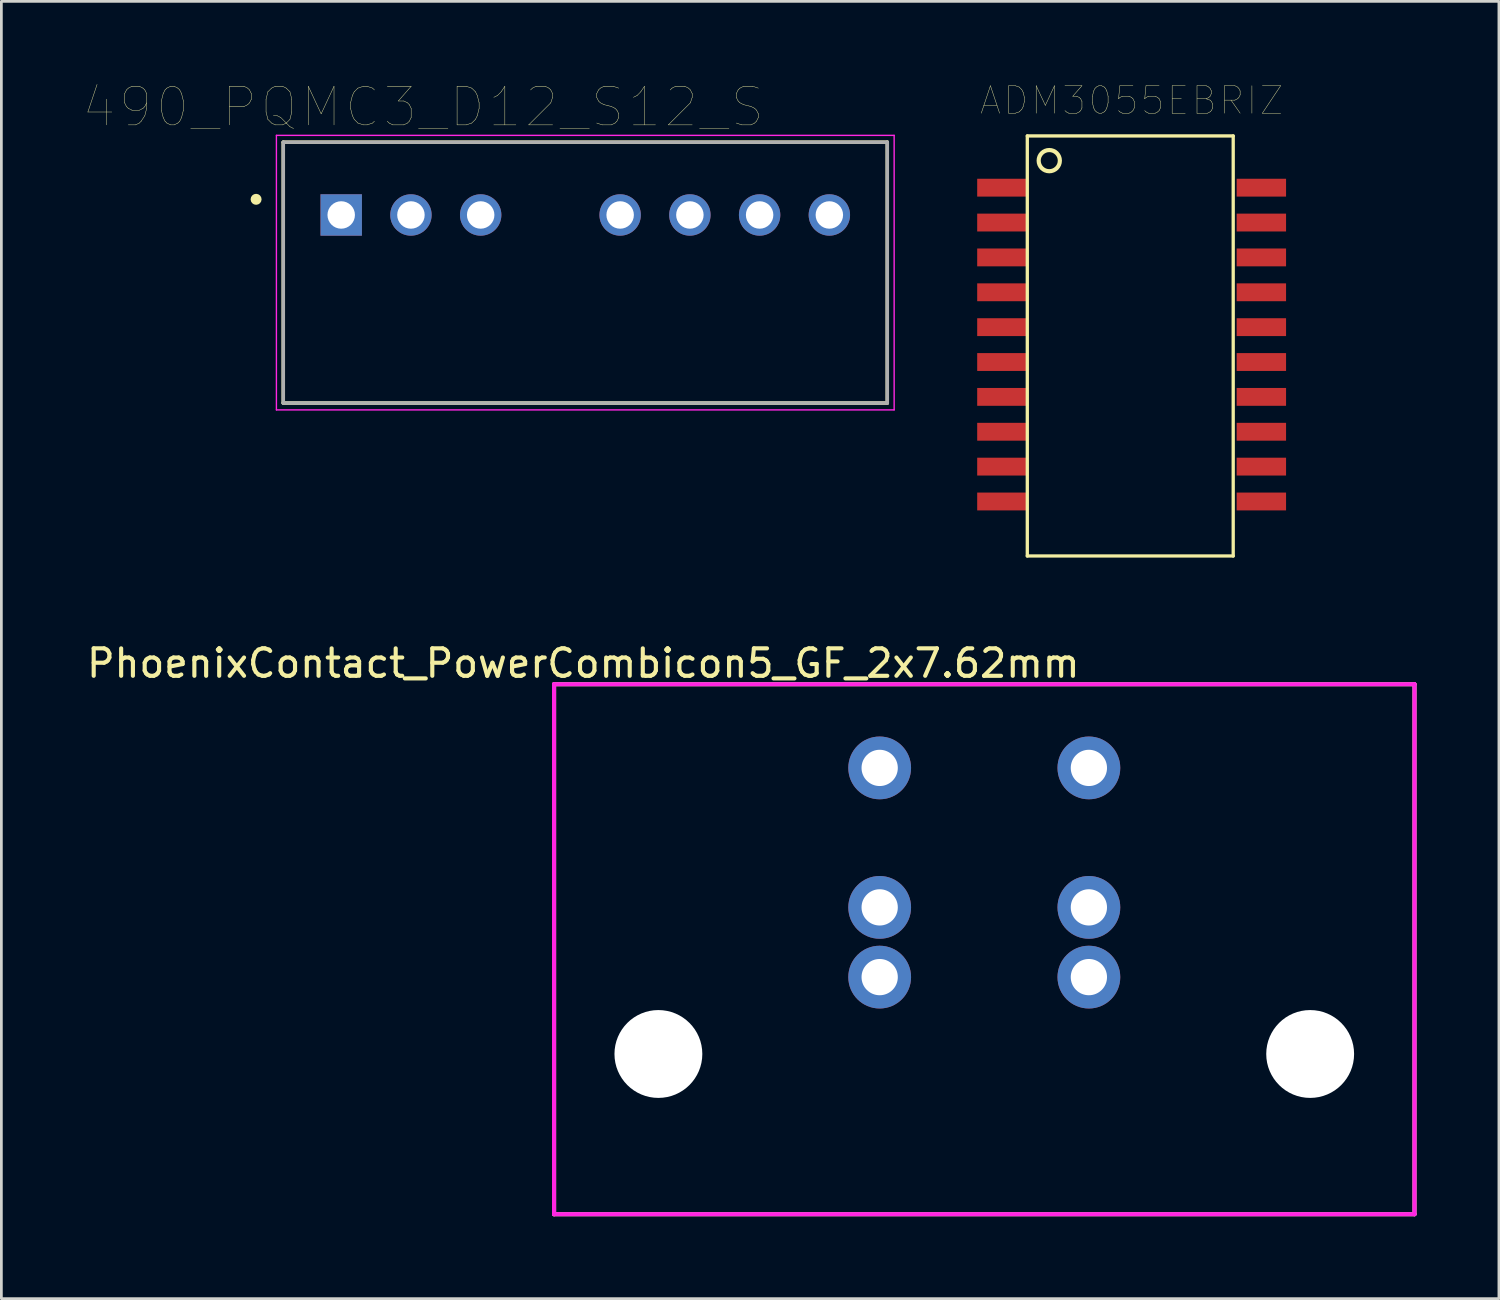
<source format=kicad_pcb>
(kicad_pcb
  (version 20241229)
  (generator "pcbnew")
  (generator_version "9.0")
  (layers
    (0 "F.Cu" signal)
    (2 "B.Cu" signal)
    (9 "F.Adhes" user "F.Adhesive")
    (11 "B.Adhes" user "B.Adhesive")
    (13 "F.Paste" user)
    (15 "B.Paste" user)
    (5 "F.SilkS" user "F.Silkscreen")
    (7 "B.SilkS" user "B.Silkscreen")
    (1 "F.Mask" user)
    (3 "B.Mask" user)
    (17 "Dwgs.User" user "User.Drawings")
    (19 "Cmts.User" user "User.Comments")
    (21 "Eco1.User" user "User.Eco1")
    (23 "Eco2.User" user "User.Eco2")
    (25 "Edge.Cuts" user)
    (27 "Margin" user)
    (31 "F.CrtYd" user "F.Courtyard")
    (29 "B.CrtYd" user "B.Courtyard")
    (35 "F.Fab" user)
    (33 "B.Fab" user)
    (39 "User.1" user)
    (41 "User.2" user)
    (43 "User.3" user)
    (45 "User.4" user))
  (footprint "ADM3055EBRIZ"
    (layer "F.Cu")
    (at 38.168 9.501)
    (property "Reference" "ADM3055EBRIZ" (at 0 -8.89 0) (layer "F.SilkS") (effects (font (size 1 1) (thickness 0.015))))
    (attr through_hole)
    (fp_line (start -3.8 -7.6) (end 3.7 -7.6) (stroke (width 0.12) (type solid)) (layer "F.SilkS"))
    (fp_line (start -3.8 7.7) (end -3.8 -7.6) (stroke (width 0.12) (type solid)) (layer "F.SilkS"))
    (fp_line (start -3.8 7.7) (end 3.7 7.7) (stroke (width 0.12) (type solid)) (layer "F.SilkS"))
    (fp_line (start 3.7 -7.6) (end 3.7 7.7) (stroke (width 0.12) (type solid)) (layer "F.SilkS"))
    (fp_circle (center -3 -6.7) (end -2.614 -6.7) (stroke (width 0.152) (type solid)) (fill no) (layer "F.SilkS"))
    (pad "1" smd rect (at -4.725 -5.715) (size 1.8 0.65) (layers "F.Cu" "F.Mask" "F.Paste"))
    (pad "2" smd rect (at -4.725 -4.445) (size 1.8 0.65) (layers "F.Cu" "F.Mask" "F.Paste"))
    (pad "3" smd rect (at -4.725 -3.175) (size 1.8 0.65) (layers "F.Cu" "F.Mask" "F.Paste"))
    (pad "4" smd rect (at -4.725 -1.905) (size 1.8 0.65) (layers "F.Cu" "F.Mask" "F.Paste"))
    (pad "5" smd rect (at -4.725 -0.635) (size 1.8 0.65) (layers "F.Cu" "F.Mask" "F.Paste"))
    (pad "6" smd rect (at -4.725 0.635) (size 1.8 0.65) (layers "F.Cu" "F.Mask" "F.Paste"))
    (pad "7" smd rect (at -4.725 1.905) (size 1.8 0.65) (layers "F.Cu" "F.Mask" "F.Paste"))
    (pad "8" smd rect (at -4.725 3.175) (size 1.8 0.65) (layers "F.Cu" "F.Mask" "F.Paste"))
    (pad "9" smd rect (at -4.725 4.445) (size 1.8 0.65) (layers "F.Cu" "F.Mask" "F.Paste"))
    (pad "10" smd rect (at -4.725 5.715) (size 1.8 0.65) (layers "F.Cu" "F.Mask" "F.Paste"))
    (pad "11" smd rect (at 4.725 5.715) (size 1.8 0.65) (layers "F.Cu" "F.Mask" "F.Paste"))
    (pad "12" smd rect (at 4.725 4.445) (size 1.8 0.65) (layers "F.Cu" "F.Mask" "F.Paste"))
    (pad "13" smd rect (at 4.725 3.175) (size 1.8 0.65) (layers "F.Cu" "F.Mask" "F.Paste"))
    (pad "14" smd rect (at 4.725 1.905) (size 1.8 0.65) (layers "F.Cu" "F.Mask" "F.Paste"))
    (pad "15" smd rect (at 4.725 0.635) (size 1.8 0.65) (layers "F.Cu" "F.Mask" "F.Paste"))
    (pad "16" smd rect (at 4.725 -0.635) (size 1.8 0.65) (layers "F.Cu" "F.Mask" "F.Paste"))
    (pad "17" smd rect (at 4.725 -1.905) (size 1.8 0.65) (layers "F.Cu" "F.Mask" "F.Paste"))
    (pad "18" smd rect (at 4.725 -3.175) (size 1.8 0.65) (layers "F.Cu" "F.Mask" "F.Paste"))
    (pad "19" smd rect (at 4.725 -4.445) (size 1.8 0.65) (layers "F.Cu" "F.Mask" "F.Paste"))
    (pad "20" smd rect (at 4.725 -5.715) (size 1.8 0.65) (layers "F.Cu" "F.Mask" "F.Paste")))
  (footprint "490_PQMC3_D12_S12_S"
    (layer "F.Cu")
    (at 18.268 6.88)
    (property "Reference" "490_PQMC3_D12_S12_S" (at -5.907 -6.031 0) (layer "F.SilkS") (effects (font (size 1.405 1.405) (thickness 0.015))))
    (attr through_hole)
    (fp_line (start -11 -4.75) (end 11 -4.75) (stroke (width 0.127) (type solid)) (layer "F.SilkS"))
    (fp_line (start -11 4.75) (end -11 -4.75) (stroke (width 0.127) (type solid)) (layer "F.SilkS"))
    (fp_line (start 11 -4.75) (end 11 4.75) (stroke (width 0.127) (type solid)) (layer "F.SilkS"))
    (fp_line (start 11 4.75) (end -11 4.75) (stroke (width 0.127) (type solid)) (layer "F.SilkS"))
    (fp_circle (center -11.99 -2.67) (end -11.89 -2.67) (stroke (width 0.2) (type solid)) (fill no) (layer "F.SilkS"))
    (fp_line (start -11.25 -5) (end 11.25 -5) (stroke (width 0.05) (type solid)) (layer "F.CrtYd"))
    (fp_line (start -11.25 5) (end -11.25 -5) (stroke (width 0.05) (type solid)) (layer "F.CrtYd"))
    (fp_line (start 11.25 -5) (end 11.25 5) (stroke (width 0.05) (type solid)) (layer "F.CrtYd"))
    (fp_line (start 11.25 5) (end -11.25 5) (stroke (width 0.05) (type solid)) (layer "F.CrtYd"))
    (fp_line (start -11 -4.75) (end 11 -4.75) (stroke (width 0.127) (type solid)) (layer "F.Fab"))
    (fp_line (start -11 4.75) (end -11 -4.75) (stroke (width 0.127) (type solid)) (layer "F.Fab"))
    (fp_line (start 11 -4.75) (end 11 4.75) (stroke (width 0.127) (type solid)) (layer "F.Fab"))
    (fp_line (start 11 4.75) (end -11 4.75) (stroke (width 0.127) (type solid)) (layer "F.Fab"))
    (pad "1" thru_hole rect (at -8.89 -2.1) (size 1.508 1.508) (drill 1) (layers "*.Cu" "*.Mask"))
    (pad "2" thru_hole circle (at -6.35 -2.1) (size 1.508 1.508) (drill 1) (layers "*.Cu" "*.Mask"))
    (pad "3" thru_hole circle (at -3.81 -2.1) (size 1.508 1.508) (drill 1) (layers "*.Cu" "*.Mask"))
    (pad "5" thru_hole circle (at 1.27 -2.1) (size 1.508 1.508) (drill 1) (layers "*.Cu" "*.Mask"))
    (pad "6" thru_hole circle (at 3.81 -2.1) (size 1.508 1.508) (drill 1) (layers "*.Cu" "*.Mask"))
    (pad "7" thru_hole circle (at 6.35 -2.1) (size 1.508 1.508) (drill 1) (layers "*.Cu" "*.Mask"))
    (pad "8" thru_hole circle (at 8.89 -2.1) (size 1.508 1.508) (drill 1) (layers "*.Cu" "*.Mask")))
  (footprint "PhoenixContact_PowerCombicon5_GF_2x7.62mm"
    (layer "F.Cu")
    (at 28.991 24.92)
    (property "Reference" "PhoenixContact_PowerCombicon5_GF_2x7.62mm" (at -10.795 -3.81 180) (layer "F.SilkS") (effects (font (size 1 1) (thickness 0.15))))
    (attr through_hole)
    (fp_line (start -11.86 -3.048) (end 19.48 -3.048) (stroke (width 0.15) (type solid)) (layer "F.SilkS"))
    (fp_line (start -11.86 16.256) (end -11.86 -3.048) (stroke (width 0.15) (type solid)) (layer "F.SilkS"))
    (fp_line (start 19.48 -3.048) (end 19.48 16.256) (stroke (width 0.15) (type solid)) (layer "F.SilkS"))
    (fp_line (start 19.48 16.256) (end -11.86 16.256) (stroke (width 0.15) (type solid)) (layer "F.SilkS"))
    (fp_line (start -11.86 -3.048) (end 19.48 -3.048) (stroke (width 0.15) (type solid)) (layer "F.CrtYd"))
    (fp_line (start -11.86 16.256) (end -11.86 -3.048) (stroke (width 0.15) (type solid)) (layer "F.CrtYd"))
    (fp_line (start 19.48 -3.048) (end 19.48 16.256) (stroke (width 0.15) (type solid)) (layer "F.CrtYd"))
    (fp_line (start 19.48 16.256) (end -11.86 16.256) (stroke (width 0.15) (type solid)) (layer "F.CrtYd"))
    (pad "" np_thru_hole circle (at -8.06 10.42) (size 3.2 3.2) (drill 3.2) (layers "*.Cu" "*.Mask"))
    (pad "" np_thru_hole circle (at 15.68 10.42) (size 3.2 3.2) (drill 3.2) (layers "*.Cu" "*.Mask"))
    (pad "1" thru_hole circle (at 0 0) (size 2.286 2.286) (drill 1.321) (layers "*.Cu" "*.Mask"))
    (pad "1" thru_hole circle (at 0 5.08) (size 2.286 2.286) (drill 1.321) (layers "*.Cu" "*.Mask"))
    (pad "1" thru_hole circle (at 0 7.62) (size 2.286 2.286) (drill 1.321) (layers "*.Cu" "*.Mask"))
    (pad "2" thru_hole circle (at 7.62 0) (size 2.286 2.286) (drill 1.321) (layers "*.Cu" "*.Mask"))
    (pad "2" thru_hole circle (at 7.62 5.08) (size 2.286 2.286) (drill 1.321) (layers "*.Cu" "*.Mask"))
    (pad "2" thru_hole circle (at 7.62 7.62) (size 2.286 2.286) (drill 1.321) (layers "*.Cu" "*.Mask")))
  (gr_rect
    (start -3 -3)
    (end 51.546 44.251)
    (stroke (width 0.1) (type default))
    (fill no)
    (layer "Edge.Cuts")))
</source>
